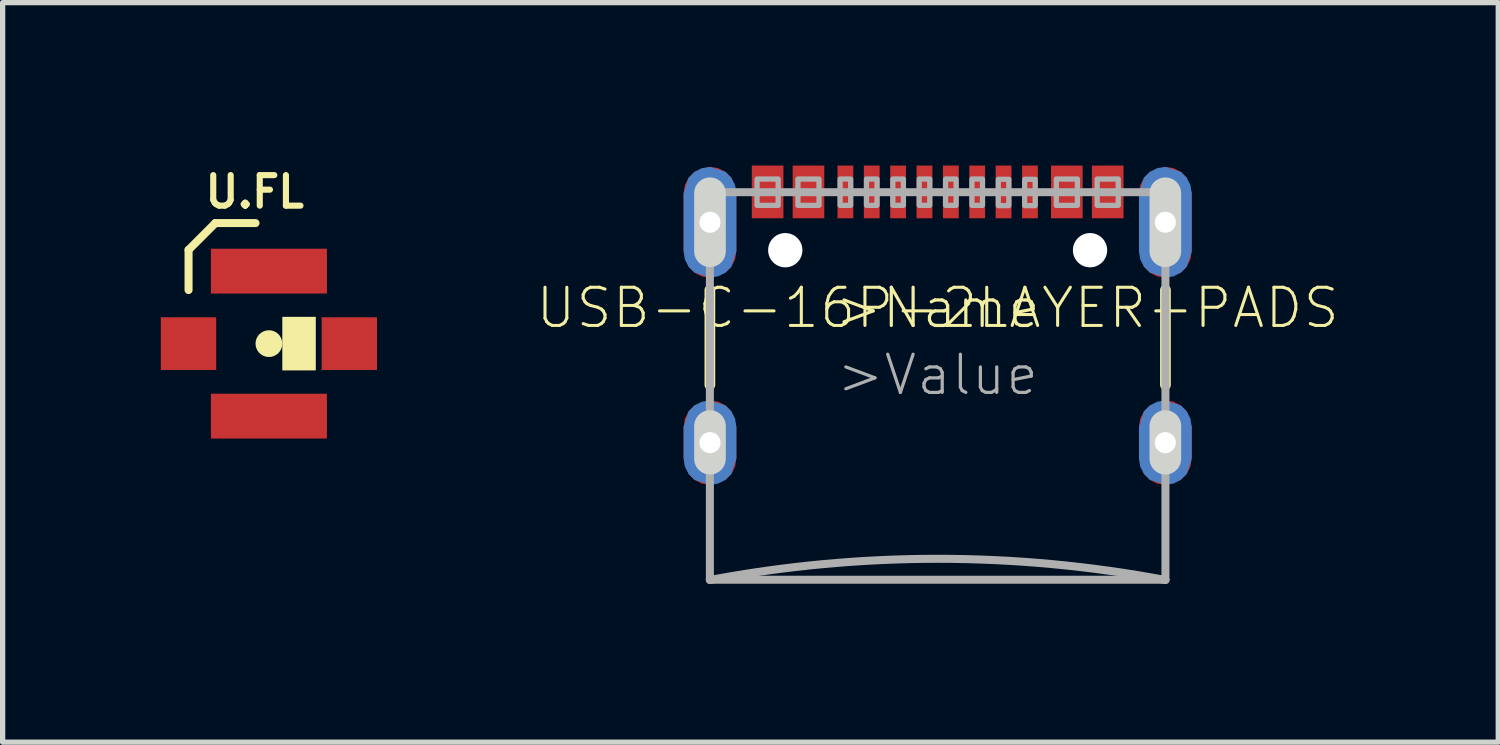
<source format=kicad_pcb>
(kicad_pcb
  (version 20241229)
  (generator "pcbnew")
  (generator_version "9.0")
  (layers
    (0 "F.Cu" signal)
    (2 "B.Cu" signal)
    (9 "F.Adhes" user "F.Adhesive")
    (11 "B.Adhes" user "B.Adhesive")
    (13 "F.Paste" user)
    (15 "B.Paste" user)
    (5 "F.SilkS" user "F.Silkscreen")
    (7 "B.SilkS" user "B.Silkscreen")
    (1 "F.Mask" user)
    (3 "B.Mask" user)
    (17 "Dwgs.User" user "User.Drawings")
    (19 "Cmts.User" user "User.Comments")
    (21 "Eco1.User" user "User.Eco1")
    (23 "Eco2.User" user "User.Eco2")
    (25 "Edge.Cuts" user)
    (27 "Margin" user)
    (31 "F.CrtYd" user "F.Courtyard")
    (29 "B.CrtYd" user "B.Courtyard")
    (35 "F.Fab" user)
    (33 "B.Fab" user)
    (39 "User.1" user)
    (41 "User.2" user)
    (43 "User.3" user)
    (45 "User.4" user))
  (footprint "U.FL"
    (layer "F.Cu")
    (at 2.05 3.467)
    (property "Reference" "U.FL" (at -1.27 -2.54 180) (layer "F.SilkS") (effects (font (size 0.579 0.579) (thickness 0.116)) (justify left bottom)))
    (attr through_hole)
    (fp_line (start -1.524 -1.778) (end -1.016 -2.286) (stroke (width 0.152) (type solid)) (layer "F.SilkS"))
    (fp_line (start -1.524 -1.016) (end -1.524 -1.778) (stroke (width 0.152) (type solid)) (layer "F.SilkS"))
    (fp_line (start -1.016 -2.286) (end -0.254 -2.286) (stroke (width 0.152) (type solid)) (layer "F.SilkS"))
    (fp_circle (center 0 0) (end 0.127 0) (stroke (width 0.254) (type solid)) (fill no) (layer "F.SilkS"))
    (fp_poly (pts (xy 0.889 0.508) (xy 0.889 -0.508) (xy 0.254 -0.508) (xy 0.254 0.508)) (stroke (width 0) (type solid)) (fill yes) (layer "F.SilkS"))
    (pad "1" smd rect (at 0 -1.375) (size 2.2 0.85) (layers "F.Cu" "F.Mask" "F.Paste"))
    (pad "2" smd rect (at 0 1.375) (size 2.2 0.85) (layers "F.Cu" "F.Mask" "F.Paste"))
    (pad "FEED" smd rect (at 1.525 0) (size 1.05 1) (layers "F.Cu" "F.Mask" "F.Paste"))
    (pad "NC" smd rect (at -1.525 0) (size 1.05 1) (layers "F.Cu" "F.Mask" "F.Paste")))
  (footprint "USB-C-16P-2LAYER-PADS"
    (layer "F.Cu")
    (at 14.733 0.25)
    (property "Reference" "USB-C-16P-2LAYER-PADS" (at 0 2.54 180) (layer "F.SilkS") (effects (font (size 0.724 0.724) (thickness 0.058))))
    (attr through_hole)
    (fp_poly (pts (xy -4.318 5.895) (xy -4.473 5.871) (xy -4.612 5.8) (xy -4.723 5.689) (xy -4.818 5.395) (xy -4.818 4.795) (xy -4.794 4.64) (xy -4.723 4.501) (xy -4.612 4.39) (xy -4.318 4.295) (xy -4.163 4.319) (xy -4.024 4.39) (xy -3.913 4.501) (xy -3.818 4.795) (xy -3.818 5.395) (xy -3.842 5.55) (xy -3.913 5.689) (xy -4.024 5.8)) (stroke (width 0) (type solid)) (fill yes) (layer "F.Cu"))
    (fp_poly (pts (xy -3.818 0.365) (xy -3.818 1.465) (xy -3.842 1.62) (xy -3.913 1.759) (xy -4.024 1.87) (xy -4.318 1.965) (xy -4.473 1.941) (xy -4.612 1.87) (xy -4.723 1.759) (xy -4.818 1.465) (xy -4.818 0.365) (xy -4.794 0.21) (xy -4.723 0.071) (xy -4.612 -0.04) (xy -4.318 -0.135) (xy -4.163 -0.111) (xy -4.024 -0.04) (xy -3.913 0.071)) (stroke (width 0) (type solid)) (fill yes) (layer "F.Cu"))
    (fp_poly (pts (xy 4.818 0.365) (xy 4.818 1.465) (xy 4.794 1.62) (xy 4.723 1.759) (xy 4.612 1.87) (xy 4.318 1.965) (xy 4.163 1.941) (xy 4.024 1.87) (xy 3.913 1.759) (xy 3.818 1.465) (xy 3.818 0.365) (xy 3.842 0.21) (xy 3.913 0.071) (xy 4.024 -0.04) (xy 4.318 -0.135) (xy 4.473 -0.111) (xy 4.612 -0.04) (xy 4.723 0.071)) (stroke (width 0) (type solid)) (fill yes) (layer "F.Cu"))
    (fp_poly (pts (xy 4.818 4.795) (xy 4.818 5.395) (xy 4.794 5.55) (xy 4.723 5.689) (xy 4.612 5.8) (xy 4.318 5.895) (xy 4.163 5.871) (xy 4.024 5.8) (xy 3.913 5.689) (xy 3.818 5.395) (xy 3.818 4.795) (xy 3.842 4.64) (xy 3.913 4.501) (xy 4.024 4.39) (xy 4.318 4.295) (xy 4.473 4.319) (xy 4.612 4.39) (xy 4.723 4.501)) (stroke (width 0) (type solid)) (fill yes) (layer "F.Cu"))
    (fp_poly (pts (xy -4.92 1.52) (xy -4.92 0.32) (xy -4.885 0.143) (xy -4.796 -0.015) (xy -4.664 -0.138) (xy -4.32 -0.235) (xy -4.14 -0.214) (xy -3.976 -0.138) (xy -3.844 -0.015) (xy -3.755 0.143) (xy -3.72 0.32) (xy -3.72 1.52) (xy -3.757 1.696) (xy -3.846 1.851) (xy -3.978 1.972) (xy -4.32 2.065) (xy -4.498 2.045) (xy -4.662 1.972) (xy -4.794 1.851)) (stroke (width 0) (type solid)) (fill yes) (layer "F.Mask"))
    (fp_poly (pts (xy -4.92 5.4) (xy -4.92 4.8) (xy -4.891 4.614) (xy -4.806 4.445) (xy -4.674 4.312) (xy -4.506 4.225) (xy -4.32 4.195) (xy -4.134 4.225) (xy -3.966 4.312) (xy -3.834 4.445) (xy -3.72 4.8) (xy -3.72 5.4) (xy -3.75 5.585) (xy -3.836 5.751) (xy -3.968 5.882) (xy -4.32 5.995) (xy -4.505 5.967) (xy -4.672 5.882) (xy -4.804 5.751)) (stroke (width 0) (type solid)) (fill yes) (layer "F.Mask"))
    (fp_poly (pts (xy 3.72 1.52) (xy 3.72 0.32) (xy 3.755 0.143) (xy 3.844 -0.015) (xy 3.976 -0.138) (xy 4.32 -0.235) (xy 4.5 -0.214) (xy 4.664 -0.138) (xy 4.796 -0.015) (xy 4.885 0.143) (xy 4.92 0.32) (xy 4.92 1.52) (xy 4.883 1.696) (xy 4.794 1.851) (xy 4.662 1.972) (xy 4.32 2.065) (xy 4.142 2.045) (xy 3.978 1.972) (xy 3.846 1.851)) (stroke (width 0) (type solid)) (fill yes) (layer "F.Mask"))
    (fp_poly (pts (xy 3.72 5.4) (xy 3.72 4.8) (xy 3.749 4.614) (xy 3.834 4.445) (xy 3.966 4.312) (xy 4.134 4.225) (xy 4.32 4.195) (xy 4.506 4.225) (xy 4.674 4.312) (xy 4.806 4.445) (xy 4.92 4.8) (xy 4.92 5.4) (xy 4.89 5.585) (xy 4.804 5.751) (xy 4.672 5.882) (xy 4.32 5.995) (xy 4.135 5.967) (xy 3.968 5.882) (xy 3.836 5.751)) (stroke (width 0) (type solid)) (fill yes) (layer "F.Mask"))
    (fp_poly (pts (xy -4.818 0.365) (xy -4.818 1.465) (xy -4.794 1.62) (xy -4.723 1.759) (xy -4.612 1.87) (xy -4.318 1.965) (xy -4.163 1.941) (xy -4.024 1.87) (xy -3.913 1.759) (xy -3.818 1.465) (xy -3.818 0.365) (xy -3.842 0.21) (xy -3.913 0.071) (xy -4.024 -0.04) (xy -4.318 -0.135) (xy -4.473 -0.111) (xy -4.612 -0.04) (xy -4.723 0.071)) (stroke (width 0) (type solid)) (fill yes) (layer "B.Cu"))
    (fp_poly (pts (xy -4.818 4.795) (xy -4.818 5.395) (xy -4.794 5.55) (xy -4.723 5.689) (xy -4.612 5.8) (xy -4.318 5.895) (xy -4.163 5.871) (xy -4.024 5.8) (xy -3.913 5.689) (xy -3.818 5.395) (xy -3.818 4.795) (xy -3.842 4.64) (xy -3.913 4.501) (xy -4.024 4.39) (xy -4.318 4.295) (xy -4.473 4.319) (xy -4.612 4.39) (xy -4.723 4.501)) (stroke (width 0) (type solid)) (fill yes) (layer "B.Cu"))
    (fp_poly (pts (xy 3.818 0.365) (xy 3.818 1.465) (xy 3.842 1.62) (xy 3.913 1.759) (xy 4.024 1.87) (xy 4.318 1.965) (xy 4.473 1.941) (xy 4.612 1.87) (xy 4.723 1.759) (xy 4.818 1.465) (xy 4.818 0.365) (xy 4.794 0.21) (xy 4.723 0.071) (xy 4.612 -0.04) (xy 4.318 -0.135) (xy 4.163 -0.111) (xy 4.024 -0.04) (xy 3.913 0.071)) (stroke (width 0) (type solid)) (fill yes) (layer "B.Cu"))
    (fp_poly (pts (xy 4.318 5.895) (xy 4.473 5.871) (xy 4.612 5.8) (xy 4.723 5.689) (xy 4.818 5.395) (xy 4.818 4.795) (xy 4.794 4.64) (xy 4.723 4.501) (xy 4.612 4.39) (xy 4.318 4.295) (xy 4.163 4.319) (xy 4.024 4.39) (xy 3.913 4.501) (xy 3.818 4.795) (xy 3.818 5.395) (xy 3.842 5.55) (xy 3.913 5.689) (xy 4.024 5.8)) (stroke (width 0) (type solid)) (fill yes) (layer "B.Cu"))
    (fp_line (start -4.32 2.2) (end -4.32 4) (stroke (width 0.203) (type solid)) (layer "F.SilkS"))
    (fp_line (start 4.32 2.2) (end 4.32 4) (stroke (width 0.203) (type solid)) (layer "F.SilkS"))
    (fp_poly (pts (xy -4.82 1.52) (xy -4.82 0.32) (xy -4.784 0.14) (xy -4.682 -0.012) (xy -4.35 -0.15) (xy -4.194 -0.135) (xy -4.05 -0.072) (xy -3.933 0.032) (xy -3.82 0.32) (xy -3.82 1.52) (xy -3.876 1.7) (xy -3.996 1.845) (xy -4.35 1.95) (xy -4.524 1.923) (xy -4.674 1.832)) (stroke (width 0) (type solid)) (fill yes) (layer "F.Paste"))
    (fp_poly (pts (xy -4.82 5.4) (xy -4.82 4.8) (xy -4.792 4.643) (xy -4.717 4.502) (xy -4.602 4.392) (xy -4.3 4.3) (xy -4.113 4.341) (xy -3.956 4.451) (xy -3.82 4.8) (xy -3.82 5.4) (xy -3.853 5.588) (xy -3.956 5.749) (xy -4.3 5.9) (xy -4.458 5.878) (xy -4.602 5.808) (xy -4.717 5.698)) (stroke (width 0) (type solid)) (fill yes) (layer "F.Paste"))
    (fp_poly (pts (xy 3.82 1.57) (xy 3.82 0.37) (xy 3.838 0.215) (xy 3.904 0.072) (xy 4.01 -0.043) (xy 4.146 -0.119) (xy 4.3 -0.15) (xy 4.454 -0.133) (xy 4.596 -0.07) (xy 4.711 0.034) (xy 4.82 0.32) (xy 4.82 1.52) (xy 4.767 1.698) (xy 4.649 1.843) (xy 4.3 1.95) (xy 4.132 1.936) (xy 3.981 1.859)) (stroke (width 0) (type solid)) (fill yes) (layer "F.Paste"))
    (fp_poly (pts (xy 3.82 5.45) (xy 3.82 4.85) (xy 3.834 4.689) (xy 3.898 4.541) (xy 4.004 4.419) (xy 4.3 4.3) (xy 4.458 4.322) (xy 4.602 4.392) (xy 4.717 4.502) (xy 4.82 4.8) (xy 4.82 5.4) (xy 4.789 5.587) (xy 4.689 5.747) (xy 4.35 5.9) (xy 4.197 5.888) (xy 4.054 5.83) (xy 3.937 5.73)) (stroke (width 0) (type solid)) (fill yes) (layer "F.Paste"))
    (fp_line (start -4.318 0.365) (end -4.318 1.465) (stroke (width 0.6) (type solid)) (layer "Edge.Cuts"))
    (fp_line (start -4.318 4.78) (end -4.318 5.4) (stroke (width 0.6) (type solid)) (layer "Edge.Cuts"))
    (fp_line (start 4.318 0.365) (end 4.318 1.465) (stroke (width 0.6) (type solid)) (layer "Edge.Cuts"))
    (fp_line (start 4.318 4.78) (end 4.318 5.4) (stroke (width 0.6) (type solid)) (layer "Edge.Cuts"))
    (fp_line (start -4.32 0.345) (end -4.32 1.965) (stroke (width 0.01) (type solid)) (layer "F.Fab"))
    (fp_line (start -4.32 0.345) (end 4.32 0.345) (stroke (width 0.152) (type solid)) (layer "F.Fab"))
    (fp_line (start -4.32 4.295) (end -4.32 5.895) (stroke (width 0.01) (type solid)) (layer "F.Fab"))
    (fp_line (start -4.32 7.695) (end -4.32 0.345) (stroke (width 0.152) (type solid)) (layer "F.Fab"))
    (fp_line (start -4.32 7.695) (end 4.32 7.695) (stroke (width 0.152) (type solid)) (layer "F.Fab"))
    (fp_line (start 4.32 0.345) (end 4.32 1.965) (stroke (width 0.01) (type solid)) (layer "F.Fab"))
    (fp_line (start 4.32 0.345) (end 4.32 7.695) (stroke (width 0.152) (type solid)) (layer "F.Fab"))
    (fp_line (start 4.32 4.295) (end 4.32 5.895) (stroke (width 0.01) (type solid)) (layer "F.Fab"))
    (fp_arc (start -4.32 7.7) (mid 0 7.297675) (end 4.32 7.7) (stroke (width 0.1524) (type solid)) (layer "F.Fab"))
    (fp_poly (pts (xy -3.425 0.595) (xy -3.025 0.595) (xy -3.025 0.095) (xy -3.425 0.095)) (stroke (width 0.1) (type solid)) (fill no) (layer "F.Fab"))
    (fp_poly (pts (xy -2.65 0.595) (xy -2.25 0.595) (xy -2.25 0.095) (xy -2.65 0.095)) (stroke (width 0.1) (type solid)) (fill no) (layer "F.Fab"))
    (fp_poly (pts (xy -1.85 0.595) (xy -1.65 0.595) (xy -1.65 0.095) (xy -1.85 0.095)) (stroke (width 0.1) (type solid)) (fill no) (layer "F.Fab"))
    (fp_poly (pts (xy -1.35 0.595) (xy -1.15 0.595) (xy -1.15 0.095) (xy -1.35 0.095)) (stroke (width 0.1) (type solid)) (fill no) (layer "F.Fab"))
    (fp_poly (pts (xy -0.85 0.595) (xy -0.65 0.595) (xy -0.65 0.095) (xy -0.85 0.095)) (stroke (width 0.1) (type solid)) (fill no) (layer "F.Fab"))
    (fp_poly (pts (xy -0.35 0.595) (xy -0.15 0.595) (xy -0.15 0.095) (xy -0.35 0.095)) (stroke (width 0.1) (type solid)) (fill no) (layer "F.Fab"))
    (fp_poly (pts (xy 0.15 0.595) (xy 0.35 0.595) (xy 0.35 0.095) (xy 0.15 0.095)) (stroke (width 0.1) (type solid)) (fill no) (layer "F.Fab"))
    (fp_poly (pts (xy 0.65 0.595) (xy 0.85 0.595) (xy 0.85 0.095) (xy 0.65 0.095)) (stroke (width 0.1) (type solid)) (fill no) (layer "F.Fab"))
    (fp_poly (pts (xy 1.15 0.6) (xy 1.35 0.6) (xy 1.35 0.1) (xy 1.15 0.1)) (stroke (width 0.1) (type solid)) (fill no) (layer "F.Fab"))
    (fp_poly (pts (xy 1.65 0.6) (xy 1.85 0.6) (xy 1.85 0.1) (xy 1.65 0.1)) (stroke (width 0.1) (type solid)) (fill no) (layer "F.Fab"))
    (fp_poly (pts (xy 2.25 0.595) (xy 2.65 0.595) (xy 2.65 0.095) (xy 2.25 0.095)) (stroke (width 0.1) (type solid)) (fill no) (layer "F.Fab"))
    (fp_poly (pts (xy 3.025 0.595) (xy 3.425 0.595) (xy 3.425 0.095) (xy 3.025 0.095)) (stroke (width 0.1) (type solid)) (fill no) (layer "F.Fab"))
    (fp_text user ">Name" (at 0 2.54 0) (layer "F.SilkS") (effects (font (size 0.724 0.724) (thickness 0.061))))
    (fp_text user ">Value" (at 0 3.81 0) (layer "F.Fab") (effects (font (size 0.724 0.724) (thickness 0.061))))
    (pad "" np_thru_hole circle (at -2.89 1.445) (size 0.65 0.65) (drill 0.65) (layers "*.Cu" "*.Mask"))
    (pad "" np_thru_hole circle (at 2.89 1.445) (size 0.65 0.65) (drill 0.65) (layers "*.Cu" "*.Mask"))
    (pad "A5" smd rect (at -1.25 0.34 180) (size 0.3 1) (layers "F.Cu" "F.Mask" "F.Paste"))
    (pad "A6" smd rect (at -0.25 0.34 180) (size 0.3 1) (layers "F.Cu" "F.Mask" "F.Paste"))
    (pad "A7" smd rect (at 0.25 0.34) (size 0.3 1) (layers "F.Cu" "F.Mask" "F.Paste"))
    (pad "A8" smd rect (at 1.25 0.34) (size 0.3 1) (layers "F.Cu" "F.Mask" "F.Paste"))
    (pad "B5" smd rect (at 1.75 0.34) (size 0.3 1) (layers "F.Cu" "F.Mask" "F.Paste"))
    (pad "B6" smd rect (at 0.75 0.34) (size 0.3 1) (layers "F.Cu" "F.Mask" "F.Paste"))
    (pad "B7" smd rect (at -0.75 0.34 180) (size 0.3 1) (layers "F.Cu" "F.Mask" "F.Paste"))
    (pad "B8" smd rect (at -1.75 0.34 180) (size 0.3 1) (layers "F.Cu" "F.Mask" "F.Paste"))
    (pad "GND" smd rect (at -3.225 0.34 180) (size 0.6 1) (layers "F.Cu" "F.Mask" "F.Paste"))
    (pad "GND2" smd rect (at 3.225 0.34) (size 0.6 1) (layers "F.Cu" "F.Mask" "F.Paste"))
    (pad "SHLD1" thru_hole oval (at -4.318 0.915 90) (size 1.2 0.6) (drill 0.4) (layers "*.Cu" "*.Mask"))
    (pad "SHLD2" thru_hole oval (at 4.318 0.915 90) (size 1.2 0.6) (drill 0.4) (layers "*.Cu" "*.Mask"))
    (pad "SHLD3" thru_hole oval (at -4.318 5.095 90) (size 1.2 0.6) (drill 0.4) (layers "*.Cu" "*.Mask"))
    (pad "SHLD4" thru_hole oval (at 4.318 5.095 90) (size 1.2 0.6) (drill 0.4) (layers "*.Cu" "*.Mask"))
    (pad "VBUS1" smd rect (at -2.45 0.34 180) (size 0.6 1) (layers "F.Cu" "F.Mask" "F.Paste"))
    (pad "VBUS2" smd rect (at 2.45 0.34) (size 0.6 1) (layers "F.Cu" "F.Mask" "F.Paste")))
  (gr_rect
    (start -3 -3)
    (end 25.365 11.026)
    (stroke (width 0.1) (type default))
    (fill no)
    (layer "Edge.Cuts")))
</source>
